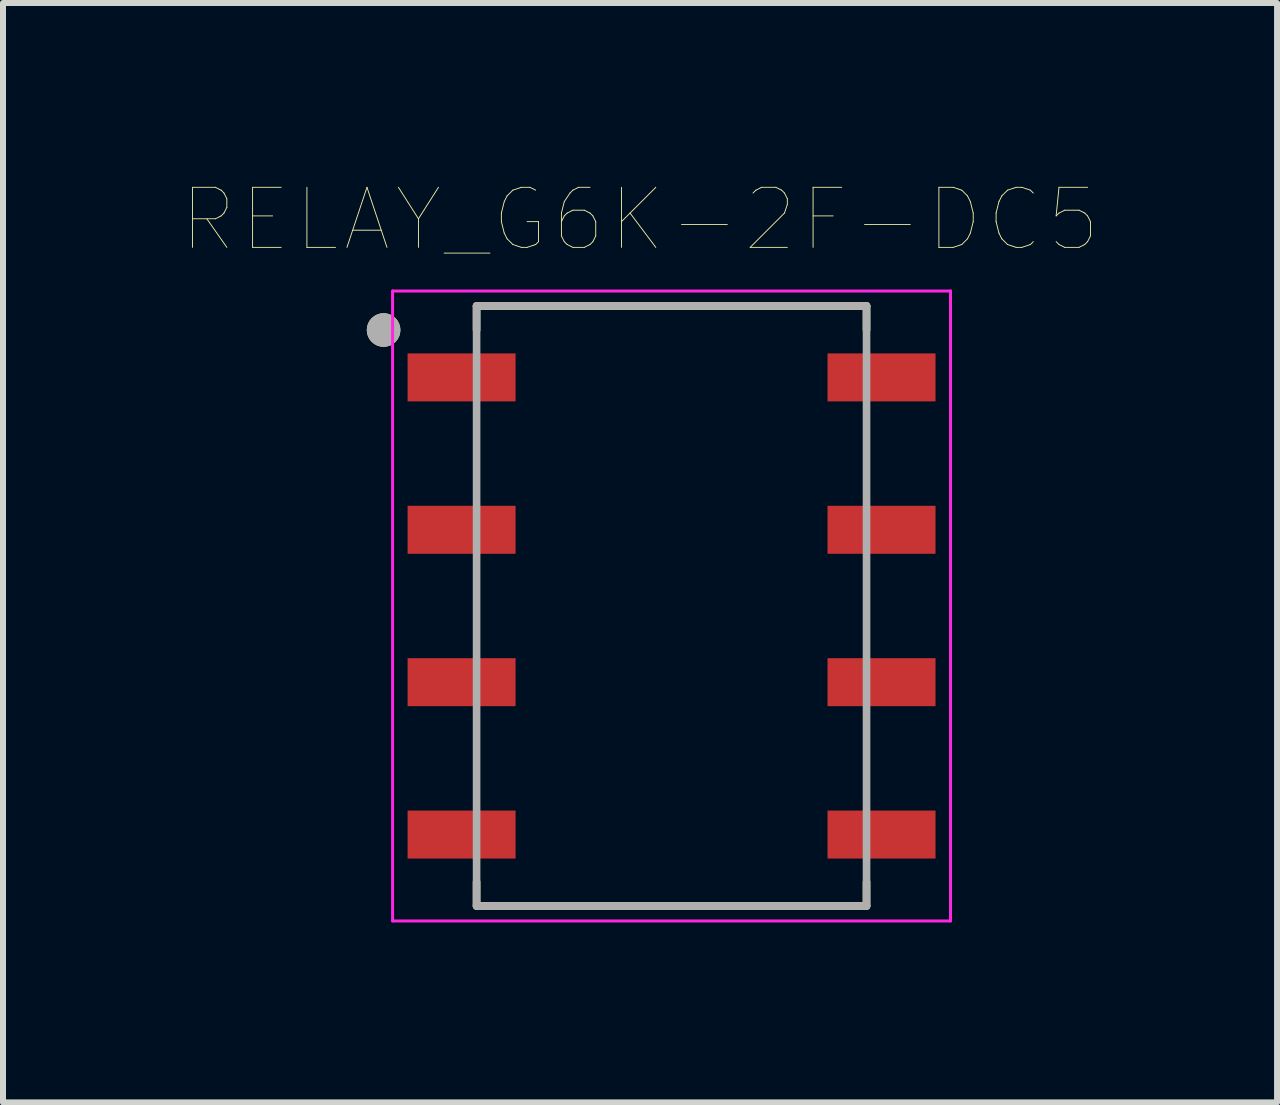
<source format=kicad_pcb>
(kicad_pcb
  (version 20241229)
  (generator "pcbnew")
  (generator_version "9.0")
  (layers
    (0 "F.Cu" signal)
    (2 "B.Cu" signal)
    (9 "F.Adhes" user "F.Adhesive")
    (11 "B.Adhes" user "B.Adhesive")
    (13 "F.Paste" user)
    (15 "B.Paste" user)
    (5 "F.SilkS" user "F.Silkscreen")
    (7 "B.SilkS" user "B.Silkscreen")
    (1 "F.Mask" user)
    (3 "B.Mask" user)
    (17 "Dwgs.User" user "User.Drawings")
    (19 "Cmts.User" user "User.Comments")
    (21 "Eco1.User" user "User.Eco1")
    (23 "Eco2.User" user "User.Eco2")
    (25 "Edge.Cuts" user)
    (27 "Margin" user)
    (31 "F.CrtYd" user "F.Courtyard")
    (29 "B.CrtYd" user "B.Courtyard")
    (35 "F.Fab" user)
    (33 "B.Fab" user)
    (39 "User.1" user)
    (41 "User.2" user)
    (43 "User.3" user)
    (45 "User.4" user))
  (footprint "RELAY_G6K-2F-DC5"
    (layer "F.Cu")
    (at 8.144 7.051)
    (property "Reference" "RELAY_G6K-2F-DC5" (at -0.525 -6.44 0) (layer "F.SilkS") (effects (font (size 1.001 1.001) (thickness 0.015))))
    (attr through_hole)
    (fp_line (start -3.25 -5) (end -3.25 -4.6) (stroke (width 0.127) (type solid)) (layer "F.SilkS"))
    (fp_line (start -3.25 -5) (end 3.25 -5) (stroke (width 0.127) (type solid)) (layer "F.SilkS"))
    (fp_line (start -3.25 5) (end -3.25 4.6) (stroke (width 0.127) (type solid)) (layer "F.SilkS"))
    (fp_line (start 3.25 -5) (end 3.25 -4.6) (stroke (width 0.127) (type solid)) (layer "F.SilkS"))
    (fp_line (start 3.25 5) (end -3.25 5) (stroke (width 0.127) (type solid)) (layer "F.SilkS"))
    (fp_line (start 3.25 5) (end 3.25 4.6) (stroke (width 0.127) (type solid)) (layer "F.SilkS"))
    (fp_circle (center -4.8 -4.6) (end -4.66 -4.6) (stroke (width 0.28) (type solid)) (fill no) (layer "F.SilkS"))
    (fp_line (start -4.65 -5.25) (end 4.65 -5.25) (stroke (width 0.05) (type solid)) (layer "F.CrtYd"))
    (fp_line (start -4.65 5.25) (end -4.65 -5.25) (stroke (width 0.05) (type solid)) (layer "F.CrtYd"))
    (fp_line (start 4.65 -5.25) (end 4.65 5.25) (stroke (width 0.05) (type solid)) (layer "F.CrtYd"))
    (fp_line (start 4.65 5.25) (end -4.65 5.25) (stroke (width 0.05) (type solid)) (layer "F.CrtYd"))
    (fp_line (start -3.25 -5) (end 3.25 -5) (stroke (width 0.127) (type solid)) (layer "F.Fab"))
    (fp_line (start -3.25 5) (end -3.25 -5) (stroke (width 0.127) (type solid)) (layer "F.Fab"))
    (fp_line (start 3.25 -5) (end 3.25 5) (stroke (width 0.127) (type solid)) (layer "F.Fab"))
    (fp_line (start 3.25 5) (end -3.25 5) (stroke (width 0.127) (type solid)) (layer "F.Fab"))
    (fp_circle (center -4.8 -4.6) (end -4.66 -4.6) (stroke (width 0.28) (type solid)) (fill no) (layer "F.Fab"))
    (pad "1" smd rect (at -3.5 -3.81) (size 1.8 0.8) (layers "F.Cu" "F.Mask" "F.Paste"))
    (pad "2" smd rect (at -3.5 -1.27) (size 1.8 0.8) (layers "F.Cu" "F.Mask" "F.Paste"))
    (pad "3" smd rect (at -3.5 1.27) (size 1.8 0.8) (layers "F.Cu" "F.Mask" "F.Paste"))
    (pad "4" smd rect (at -3.5 3.81) (size 1.8 0.8) (layers "F.Cu" "F.Mask" "F.Paste"))
    (pad "5" smd rect (at 3.5 3.81) (size 1.8 0.8) (layers "F.Cu" "F.Mask" "F.Paste"))
    (pad "6" smd rect (at 3.5 1.27) (size 1.8 0.8) (layers "F.Cu" "F.Mask" "F.Paste"))
    (pad "7" smd rect (at 3.5 -1.27) (size 1.8 0.8) (layers "F.Cu" "F.Mask" "F.Paste"))
    (pad "8" smd rect (at 3.5 -3.81) (size 1.8 0.8) (layers "F.Cu" "F.Mask" "F.Paste")))
  (gr_rect
    (start -3 -3)
    (end 18.237 15.326)
    (stroke (width 0.1) (type default))
    (fill no)
    (layer "Edge.Cuts")))
</source>
